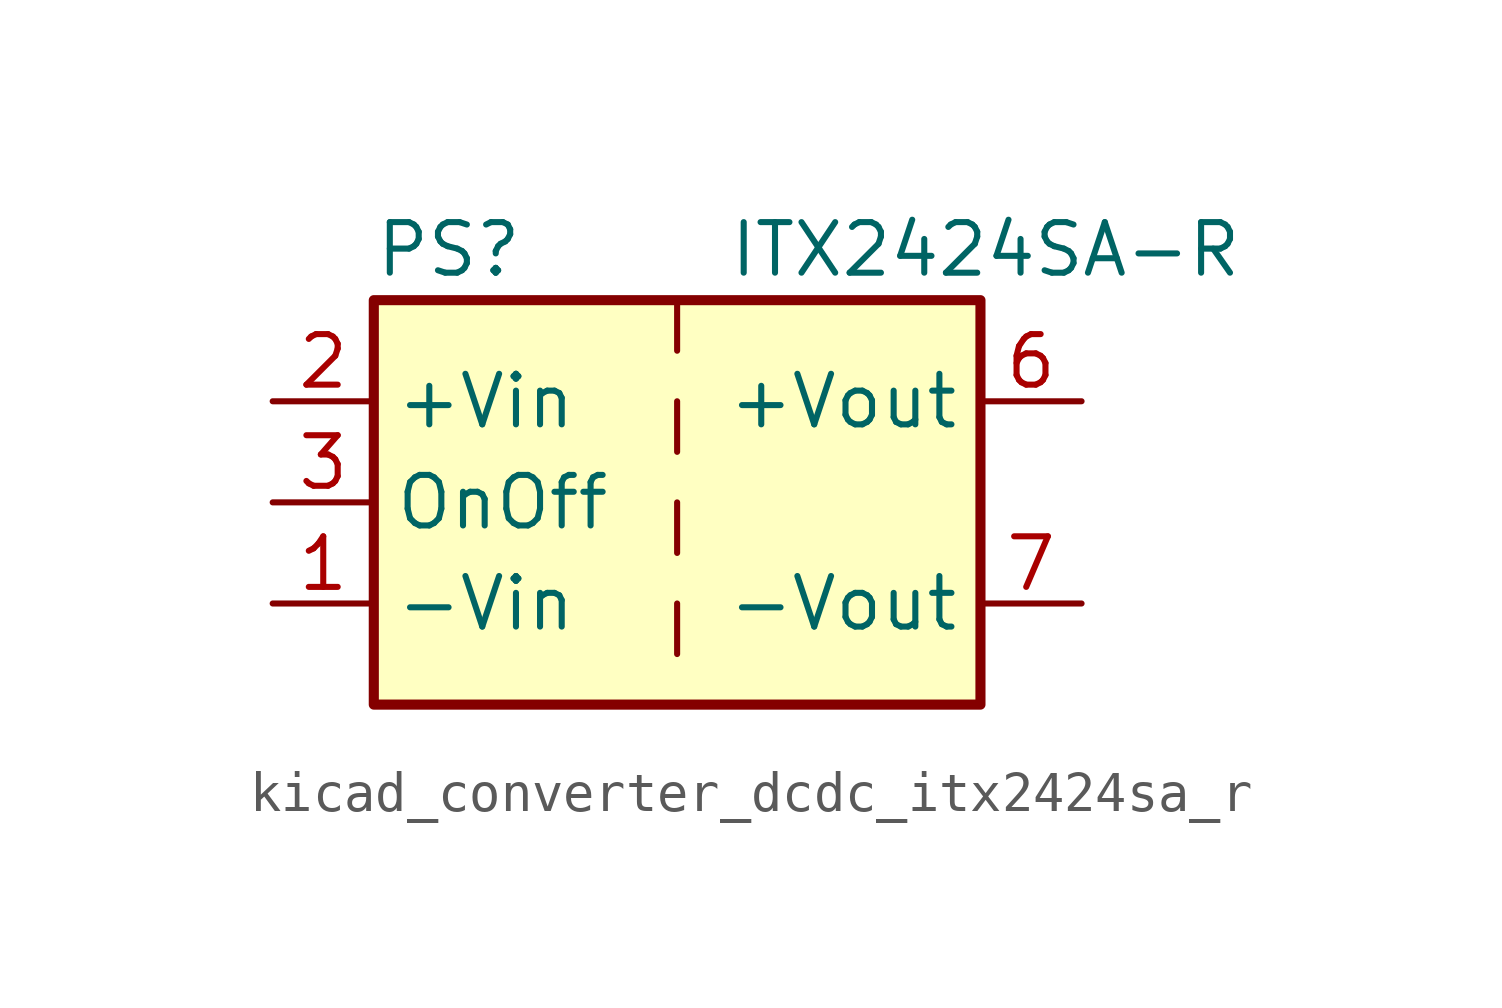
<source format=kicad_sym>
(kicad_symbol_lib
  (version 20220914)
  (generator kicad_symbol_editor)
  (symbol "kicad_converter_dcdc_itx2424sa_r"
    (property "Reference" "PS"
      (at -7.62 6.35 0)
      (effects (font (size 1.27 1.27)) (justify left)))
    (property "Value" "ITX2424SA-R"
      (at 1.27 6.35 0)
      (effects (font (size 1.27 1.27)) (justify left)))
    (symbol "kicad_converter_dcdc_itx2424sa_r_0_0"
      (pin power_in line (at -10.16 -2.54 0) (length 2.54) (name "-Vin" (effects (font (size 1.27 1.27)))) (number "1" (effects (font (size 1.27 1.27)))))
      (pin power_in line (at -10.16 2.54 0) (length 2.54) (name "+Vin" (effects (font (size 1.27 1.27)))) (number "2" (effects (font (size 1.27 1.27)))))
      (pin input line (at -10.16 0 0) (length 2.54) (name "OnOff" (effects (font (size 1.27 1.27)))) (number "3" (effects (font (size 1.27 1.27)))))
      (pin no_connect line (at 0 5.08 270) (length 2.54) hide (name "NC" (effects (font (size 1.27 1.27)))) (number "5" (effects (font (size 1.27 1.27)))))
      (pin power_out line (at 10.16 2.54 180) (length 2.54) (name "+Vout" (effects (font (size 1.27 1.27)))) (number "6" (effects (font (size 1.27 1.27)))))
      (pin power_out line (at 10.16 -2.54 180) (length 2.54) (name "-Vout" (effects (font (size 1.27 1.27)))) (number "7" (effects (font (size 1.27 1.27)))))
      (pin no_connect line (at 7.62 0 180) (length 2.54) hide (name "NC" (effects (font (size 1.27 1.27)))) (number "8" (effects (font (size 1.27 1.27))))))
    (symbol "kicad_converter_dcdc_itx2424sa_r_0_1"
      (rectangle (start -7.62 5.08) (end 7.62 -5.08) (stroke (width 0.254) (type default)) (fill (type background)))
      (polyline (pts (xy 0 -2.54) (xy 0 -3.81)) (stroke (width 0) (type default)) (fill (type none)))
      (polyline (pts (xy 0 0) (xy 0 -1.27)) (stroke (width 0) (type default)) (fill (type none)))
      (polyline (pts (xy 0 2.54) (xy 0 1.27)) (stroke (width 0) (type default)) (fill (type none)))
      (polyline (pts (xy 0 5.08) (xy 0 3.81)) (stroke (width 0) (type default)) (fill (type none))))))
</source>
